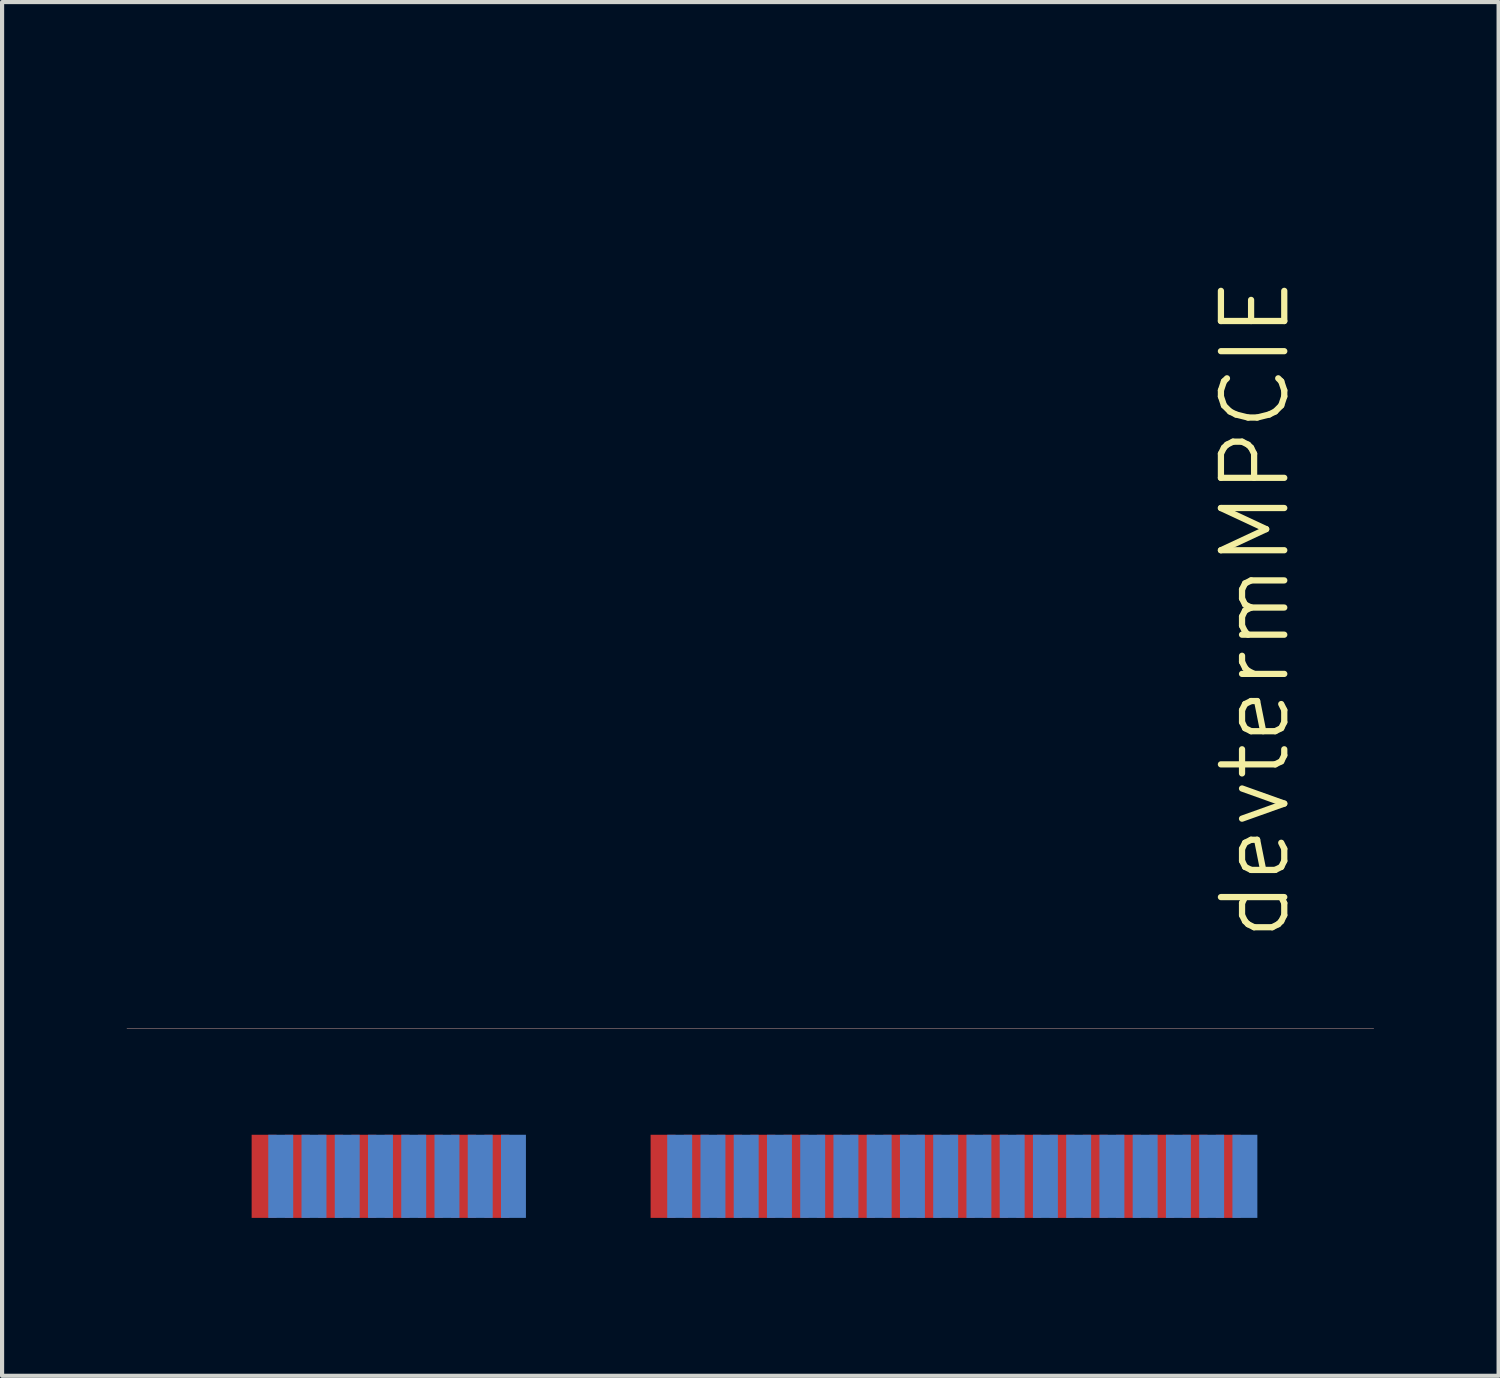
<source format=kicad_pcb>
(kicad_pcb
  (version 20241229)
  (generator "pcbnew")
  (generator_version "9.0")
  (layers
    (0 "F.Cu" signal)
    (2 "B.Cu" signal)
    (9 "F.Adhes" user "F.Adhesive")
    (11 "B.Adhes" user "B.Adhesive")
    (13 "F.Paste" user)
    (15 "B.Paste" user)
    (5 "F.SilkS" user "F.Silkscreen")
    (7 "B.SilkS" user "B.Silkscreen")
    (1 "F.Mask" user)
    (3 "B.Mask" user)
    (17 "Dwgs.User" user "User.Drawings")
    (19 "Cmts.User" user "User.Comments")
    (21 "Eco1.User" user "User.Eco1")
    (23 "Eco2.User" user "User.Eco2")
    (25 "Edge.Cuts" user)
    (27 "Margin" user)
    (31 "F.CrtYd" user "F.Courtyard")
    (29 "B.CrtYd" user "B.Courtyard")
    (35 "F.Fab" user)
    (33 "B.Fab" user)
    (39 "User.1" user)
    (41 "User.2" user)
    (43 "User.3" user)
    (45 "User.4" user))
  (footprint "devtermMPCIE"
    (layer "F.Cu")
    (at 15.005 26.805)
    (property "Reference" "devtermMPCIE" (at 12.15 -15.2 90) (layer "F.SilkS") (effects (font (size 1.524 1.524) (thickness 0.15))))
    (attr through_hole)
    (fp_line (start -15 -5.1) (end 15 -5.1) (stroke (width 0.01) (type solid)) (layer "B.SilkS"))
    (fp_line (start -3.75 -4.5) (end -3.75 -0.15) (stroke (width 0.01) (type solid)) (layer "Eco1.User"))
    (fp_line (start 0 0) (end 0 -26.8) (stroke (width 0.01) (type solid)) (layer "Eco1.User"))
    (fp_text user "Center" (at -0.2 -14.35 90) (layer "Eco1.User") (effects (font (size 0.25 0.25) (thickness 0.025))))
    (pad "1" smd rect (at -11.7 -1.55) (size 0.6 2) (layers "F.Cu" "F.Mask" "F.Paste"))
    (pad "2" smd rect (at -11.3 -1.55) (size 0.6 2) (layers "B.Cu" "B.Mask" "B.Paste"))
    (pad "3" smd rect (at -10.9 -1.55) (size 0.6 2) (layers "F.Cu" "F.Mask" "F.Paste"))
    (pad "4" smd rect (at -10.5 -1.55) (size 0.6 2) (layers "B.Cu" "B.Mask" "B.Paste"))
    (pad "5" smd rect (at -10.1 -1.55) (size 0.6 2) (layers "F.Cu" "F.Mask" "F.Paste"))
    (pad "6" smd rect (at -9.7 -1.55) (size 0.6 2) (layers "B.Cu" "B.Mask" "B.Paste"))
    (pad "7" smd rect (at -9.3 -1.55) (size 0.6 2) (layers "F.Cu" "F.Mask" "F.Paste"))
    (pad "8" smd rect (at -8.9 -1.55) (size 0.6 2) (layers "B.Cu" "B.Mask" "B.Paste"))
    (pad "9" smd rect (at -8.5 -1.55) (size 0.6 2) (layers "F.Cu" "F.Mask" "F.Paste"))
    (pad "10" smd rect (at -8.1 -1.55) (size 0.6 2) (layers "B.Cu" "B.Mask" "B.Paste"))
    (pad "11" smd rect (at -7.7 -1.55) (size 0.6 2) (layers "F.Cu" "F.Mask" "F.Paste"))
    (pad "12" smd rect (at -7.3 -1.55) (size 0.6 2) (layers "B.Cu" "B.Mask" "B.Paste"))
    (pad "13" smd rect (at -6.9 -1.55) (size 0.6 2) (layers "F.Cu" "F.Mask" "F.Paste"))
    (pad "14" smd rect (at -6.5 -1.55) (size 0.6 2) (layers "B.Cu" "B.Mask" "B.Paste"))
    (pad "15" smd rect (at -6.1 -1.55) (size 0.6 2) (layers "F.Cu" "F.Mask" "F.Paste"))
    (pad "16" smd rect (at -5.7 -1.55) (size 0.6 2) (layers "B.Cu" "B.Mask" "B.Paste"))
    (pad "17" smd rect (at -2.1 -1.55) (size 0.6 2) (layers "F.Cu" "F.Mask" "F.Paste"))
    (pad "18" smd rect (at -1.7 -1.55) (size 0.6 2) (layers "B.Cu" "B.Mask" "B.Paste"))
    (pad "19" smd rect (at -1.3 -1.55) (size 0.6 2) (layers "F.Cu" "F.Mask" "F.Paste"))
    (pad "20" smd rect (at -0.9 -1.55) (size 0.6 2) (layers "B.Cu" "B.Mask" "B.Paste"))
    (pad "21" smd rect (at -0.5 -1.55) (size 0.6 2) (layers "F.Cu" "F.Mask" "F.Paste"))
    (pad "22" smd rect (at -0.1 -1.55) (size 0.6 2) (layers "B.Cu" "B.Mask" "B.Paste"))
    (pad "23" smd rect (at 0.3 -1.55) (size 0.6 2) (layers "F.Cu" "F.Mask" "F.Paste"))
    (pad "24" smd rect (at 0.7 -1.55) (size 0.6 2) (layers "B.Cu" "B.Mask" "B.Paste"))
    (pad "25" smd rect (at 1.1 -1.55) (size 0.6 2) (layers "F.Cu" "F.Mask" "F.Paste"))
    (pad "26" smd rect (at 1.5 -1.55) (size 0.6 2) (layers "B.Cu" "B.Mask" "B.Paste"))
    (pad "27" smd rect (at 1.9 -1.55) (size 0.6 2) (layers "F.Cu" "F.Mask" "F.Paste"))
    (pad "28" smd rect (at 2.3 -1.55) (size 0.6 2) (layers "B.Cu" "B.Mask" "B.Paste"))
    (pad "29" smd rect (at 2.7 -1.55) (size 0.6 2) (layers "F.Cu" "F.Mask" "F.Paste"))
    (pad "30" smd rect (at 3.1 -1.55) (size 0.6 2) (layers "B.Cu" "B.Mask" "B.Paste"))
    (pad "31" smd rect (at 3.5 -1.55) (size 0.6 2) (layers "F.Cu" "F.Mask" "F.Paste"))
    (pad "32" smd rect (at 3.9 -1.55) (size 0.6 2) (layers "B.Cu" "B.Mask" "B.Paste"))
    (pad "33" smd rect (at 4.3 -1.55) (size 0.6 2) (layers "F.Cu" "F.Mask" "F.Paste"))
    (pad "34" smd rect (at 4.7 -1.55) (size 0.6 2) (layers "B.Cu" "B.Mask" "B.Paste"))
    (pad "35" smd rect (at 5.1 -1.55) (size 0.6 2) (layers "F.Cu" "F.Mask" "F.Paste"))
    (pad "36" smd rect (at 5.5 -1.55) (size 0.6 2) (layers "B.Cu" "B.Mask" "B.Paste"))
    (pad "37" smd rect (at 5.9 -1.55) (size 0.6 2) (layers "F.Cu" "F.Mask" "F.Paste"))
    (pad "38" smd rect (at 6.3 -1.55) (size 0.6 2) (layers "B.Cu" "B.Mask" "B.Paste"))
    (pad "39" smd rect (at 6.7 -1.55) (size 0.6 2) (layers "F.Cu" "F.Mask" "F.Paste"))
    (pad "40" smd rect (at 7.1 -1.55) (size 0.6 2) (layers "B.Cu" "B.Mask" "B.Paste"))
    (pad "41" smd rect (at 7.5 -1.55) (size 0.6 2) (layers "F.Cu" "F.Mask" "F.Paste"))
    (pad "42" smd rect (at 7.9 -1.55) (size 0.6 2) (layers "B.Cu" "B.Mask" "B.Paste"))
    (pad "43" smd rect (at 8.3 -1.55) (size 0.6 2) (layers "F.Cu" "F.Mask" "F.Paste"))
    (pad "44" smd rect (at 8.7 -1.55) (size 0.6 2) (layers "B.Cu" "B.Mask" "B.Paste"))
    (pad "45" smd rect (at 9.1 -1.55) (size 0.6 2) (layers "F.Cu" "F.Mask" "F.Paste"))
    (pad "46" smd rect (at 9.5 -1.55) (size 0.6 2) (layers "B.Cu" "B.Mask" "B.Paste"))
    (pad "47" smd rect (at 9.9 -1.55) (size 0.6 2) (layers "F.Cu" "F.Mask" "F.Paste"))
    (pad "48" smd rect (at 10.3 -1.55) (size 0.6 2) (layers "B.Cu" "B.Mask" "B.Paste"))
    (pad "49" smd rect (at 10.7 -1.55) (size 0.6 2) (layers "F.Cu" "F.Mask" "F.Paste"))
    (pad "50" smd rect (at 11.1 -1.55) (size 0.6 2) (layers "B.Cu" "B.Mask" "B.Paste"))
    (pad "51" smd rect (at 11.5 -1.55) (size 0.6 2) (layers "F.Cu" "F.Mask" "F.Paste"))
    (pad "52" smd rect (at 11.9 -1.55) (size 0.6 2) (layers "B.Cu" "B.Mask" "B.Paste")))
  (gr_rect
    (start -3 -3)
    (end 33.01 30.055)
    (stroke (width 0.1) (type default))
    (fill no)
    (layer "Edge.Cuts")))
</source>
